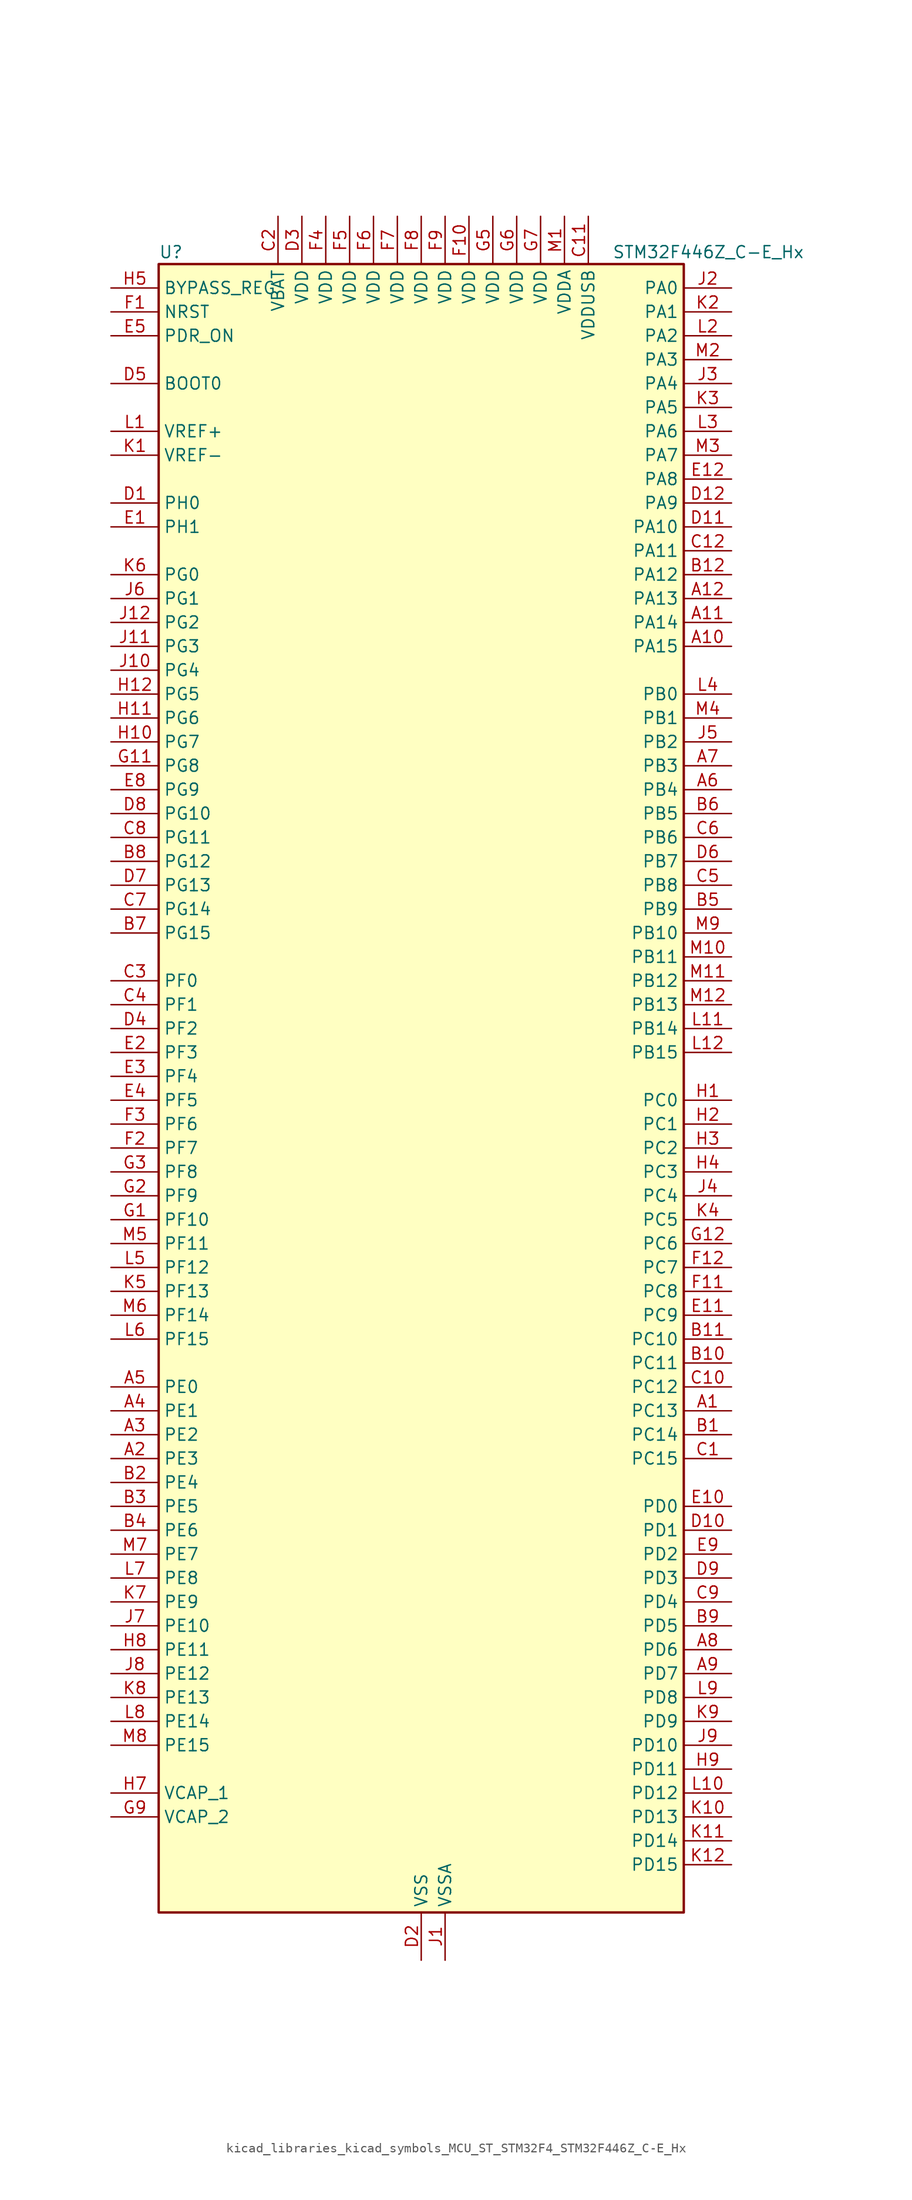
<source format=kicad_sym>
(kicad_symbol_lib
  (version 20220914)
  (generator kicad_symbol_editor)
  (symbol "kicad_libraries_kicad_symbols_MCU_ST_STM32F4_STM32F446Z_C-E_Hx"
    (property "Reference" "U"
      (at -27.94 90.17 0)
      (effects (font (size 1.27 1.27)) (justify left)))
    (property "Value" "STM32F446Z_C-E_Hx"
      (at 20.32 90.17 0)
      (effects (font (size 1.27 1.27)) (justify left)))
    (property "ki_locked" ""
      (at 0 0 0)
      (effects (font (size 1.27 1.27))))
    (symbol "kicad_libraries_kicad_symbols_MCU_ST_STM32F4_STM32F446Z_C-E_Hx_0_1"
      (rectangle (start -27.94 -86.36) (end 27.94 88.9) (stroke (width 0.254) (type default)) (fill (type background))))
    (symbol "kicad_libraries_kicad_symbols_MCU_ST_STM32F4_STM32F446Z_C-E_Hx_1_1"
      (pin bidirectional line (at 33.02 -33.02 180) (length 5.08) (name "PC13" (effects (font (size 1.27 1.27)))) (number "A1" (effects (font (size 1.27 1.27)))) (alternate "RTC_AF1" bidirectional line) (alternate "SYS_WKUP1" bidirectional line))
      (pin bidirectional line (at 33.02 48.26 180) (length 5.08) (name "PA15" (effects (font (size 1.27 1.27)))) (number "A10" (effects (font (size 1.27 1.27)))) (alternate "ADC1_EXTI15" bidirectional line) (alternate "ADC2_EXTI15" bidirectional line) (alternate "ADC3_EXTI15" bidirectional line) (alternate "CEC" bidirectional line) (alternate "I2S1_WS" bidirectional line) (alternate "I2S3_WS" bidirectional line) (alternate "SPI1_NSS" bidirectional line) (alternate "SPI3_NSS" bidirectional line) (alternate "SYS_JTDI" bidirectional line) (alternate "TIM2_CH1" bidirectional line) (alternate "TIM2_ETR" bidirectional line) (alternate "UART4_RTS" bidirectional line))
      (pin bidirectional line (at 33.02 50.8 180) (length 5.08) (name "PA14" (effects (font (size 1.27 1.27)))) (number "A11" (effects (font (size 1.27 1.27)))) (alternate "SYS_JTCK-SWCLK" bidirectional line))
      (pin bidirectional line (at 33.02 53.34 180) (length 5.08) (name "PA13" (effects (font (size 1.27 1.27)))) (number "A12" (effects (font (size 1.27 1.27)))) (alternate "SYS_JTMS-SWDIO" bidirectional line))
      (pin bidirectional line (at -33.02 -38.1 0) (length 5.08) (name "PE3" (effects (font (size 1.27 1.27)))) (number "A2" (effects (font (size 1.27 1.27)))) (alternate "FMC_A19" bidirectional line) (alternate "SAI1_SD_B" bidirectional line) (alternate "SYS_TRACED0" bidirectional line))
      (pin bidirectional line (at -33.02 -35.56 0) (length 5.08) (name "PE2" (effects (font (size 1.27 1.27)))) (number "A3" (effects (font (size 1.27 1.27)))) (alternate "FMC_A23" bidirectional line) (alternate "QUADSPI_BK1_IO2" bidirectional line) (alternate "SAI1_MCLK_A" bidirectional line) (alternate "SPI4_SCK" bidirectional line) (alternate "SYS_TRACECLK" bidirectional line))
      (pin bidirectional line (at -33.02 -33.02 0) (length 5.08) (name "PE1" (effects (font (size 1.27 1.27)))) (number "A4" (effects (font (size 1.27 1.27)))) (alternate "DCMI_D3" bidirectional line) (alternate "FMC_NBL1" bidirectional line))
      (pin bidirectional line (at -33.02 -30.48 0) (length 5.08) (name "PE0" (effects (font (size 1.27 1.27)))) (number "A5" (effects (font (size 1.27 1.27)))) (alternate "DCMI_D2" bidirectional line) (alternate "FMC_NBL0" bidirectional line) (alternate "SAI2_MCLK_A" bidirectional line) (alternate "TIM4_ETR" bidirectional line))
      (pin bidirectional line (at 33.02 33.02 180) (length 5.08) (name "PB4" (effects (font (size 1.27 1.27)))) (number "A6" (effects (font (size 1.27 1.27)))) (alternate "I2C3_SDA" bidirectional line) (alternate "I2S2_WS" bidirectional line) (alternate "SPI1_MISO" bidirectional line) (alternate "SPI2_NSS" bidirectional line) (alternate "SPI3_MISO" bidirectional line) (alternate "SYS_JTRST" bidirectional line) (alternate "TIM3_CH1" bidirectional line))
      (pin bidirectional line (at 33.02 35.56 180) (length 5.08) (name "PB3" (effects (font (size 1.27 1.27)))) (number "A7" (effects (font (size 1.27 1.27)))) (alternate "I2C2_SDA" bidirectional line) (alternate "I2S1_CK" bidirectional line) (alternate "I2S3_CK" bidirectional line) (alternate "SPI1_SCK" bidirectional line) (alternate "SPI3_SCK" bidirectional line) (alternate "SYS_JTDO-SWO" bidirectional line) (alternate "TIM2_CH2" bidirectional line))
      (pin bidirectional line (at 33.02 -58.42 180) (length 5.08) (name "PD6" (effects (font (size 1.27 1.27)))) (number "A8" (effects (font (size 1.27 1.27)))) (alternate "DCMI_D10" bidirectional line) (alternate "FMC_NWAIT" bidirectional line) (alternate "I2S3_SD" bidirectional line) (alternate "SAI1_SD_A" bidirectional line) (alternate "SPI3_MOSI" bidirectional line) (alternate "USART2_RX" bidirectional line))
      (pin bidirectional line (at 33.02 -60.96 180) (length 5.08) (name "PD7" (effects (font (size 1.27 1.27)))) (number "A9" (effects (font (size 1.27 1.27)))) (alternate "FMC_NE1" bidirectional line) (alternate "SPDIFRX_IN0" bidirectional line) (alternate "USART2_CK" bidirectional line))
      (pin bidirectional line (at 33.02 -35.56 180) (length 5.08) (name "PC14" (effects (font (size 1.27 1.27)))) (number "B1" (effects (font (size 1.27 1.27)))) (alternate "RCC_OSC32_IN" bidirectional line))
      (pin bidirectional line (at 33.02 -27.94 180) (length 5.08) (name "PC11" (effects (font (size 1.27 1.27)))) (number "B10" (effects (font (size 1.27 1.27)))) (alternate "ADC1_EXTI11" bidirectional line) (alternate "ADC2_EXTI11" bidirectional line) (alternate "ADC3_EXTI11" bidirectional line) (alternate "DCMI_D4" bidirectional line) (alternate "QUADSPI_BK2_NCS" bidirectional line) (alternate "SDIO_D3" bidirectional line) (alternate "SPI3_MISO" bidirectional line) (alternate "UART4_RX" bidirectional line) (alternate "USART3_RX" bidirectional line))
      (pin bidirectional line (at 33.02 -25.4 180) (length 5.08) (name "PC10" (effects (font (size 1.27 1.27)))) (number "B11" (effects (font (size 1.27 1.27)))) (alternate "DCMI_D8" bidirectional line) (alternate "I2S3_CK" bidirectional line) (alternate "QUADSPI_BK1_IO1" bidirectional line) (alternate "SDIO_D2" bidirectional line) (alternate "SPI3_SCK" bidirectional line) (alternate "UART4_TX" bidirectional line) (alternate "USART3_TX" bidirectional line))
      (pin bidirectional line (at 33.02 55.88 180) (length 5.08) (name "PA12" (effects (font (size 1.27 1.27)))) (number "B12" (effects (font (size 1.27 1.27)))) (alternate "CAN1_TX" bidirectional line) (alternate "SAI2_FS_B" bidirectional line) (alternate "TIM1_ETR" bidirectional line) (alternate "USART1_RTS" bidirectional line) (alternate "USB_OTG_FS_DP" bidirectional line))
      (pin bidirectional line (at -33.02 -40.64 0) (length 5.08) (name "PE4" (effects (font (size 1.27 1.27)))) (number "B2" (effects (font (size 1.27 1.27)))) (alternate "DCMI_D4" bidirectional line) (alternate "FMC_A20" bidirectional line) (alternate "SAI1_FS_A" bidirectional line) (alternate "SPI4_NSS" bidirectional line) (alternate "SYS_TRACED1" bidirectional line))
      (pin bidirectional line (at -33.02 -43.18 0) (length 5.08) (name "PE5" (effects (font (size 1.27 1.27)))) (number "B3" (effects (font (size 1.27 1.27)))) (alternate "DCMI_D6" bidirectional line) (alternate "FMC_A21" bidirectional line) (alternate "SAI1_SCK_A" bidirectional line) (alternate "SPI4_MISO" bidirectional line) (alternate "SYS_TRACED2" bidirectional line) (alternate "TIM9_CH1" bidirectional line))
      (pin bidirectional line (at -33.02 -45.72 0) (length 5.08) (name "PE6" (effects (font (size 1.27 1.27)))) (number "B4" (effects (font (size 1.27 1.27)))) (alternate "DCMI_D7" bidirectional line) (alternate "FMC_A22" bidirectional line) (alternate "SAI1_SD_A" bidirectional line) (alternate "SPI4_MOSI" bidirectional line) (alternate "SYS_TRACED3" bidirectional line) (alternate "TIM9_CH2" bidirectional line))
      (pin bidirectional line (at 33.02 20.32 180) (length 5.08) (name "PB9" (effects (font (size 1.27 1.27)))) (number "B5" (effects (font (size 1.27 1.27)))) (alternate "CAN1_TX" bidirectional line) (alternate "DAC_EXTI9" bidirectional line) (alternate "DCMI_D7" bidirectional line) (alternate "I2C1_SDA" bidirectional line) (alternate "I2S2_WS" bidirectional line) (alternate "SAI1_FS_B" bidirectional line) (alternate "SDIO_D5" bidirectional line) (alternate "SPI2_NSS" bidirectional line) (alternate "TIM11_CH1" bidirectional line) (alternate "TIM2_CH2" bidirectional line) (alternate "TIM4_CH4" bidirectional line))
      (pin bidirectional line (at 33.02 30.48 180) (length 5.08) (name "PB5" (effects (font (size 1.27 1.27)))) (number "B6" (effects (font (size 1.27 1.27)))) (alternate "CAN2_RX" bidirectional line) (alternate "DCMI_D10" bidirectional line) (alternate "FMC_SDCKE1" bidirectional line) (alternate "I2C1_SMBA" bidirectional line) (alternate "I2S1_SD" bidirectional line) (alternate "I2S3_SD" bidirectional line) (alternate "SPI1_MOSI" bidirectional line) (alternate "SPI3_MOSI" bidirectional line) (alternate "TIM3_CH2" bidirectional line) (alternate "USB_OTG_HS_ULPI_D7" bidirectional line))
      (pin bidirectional line (at -33.02 17.78 0) (length 5.08) (name "PG15" (effects (font (size 1.27 1.27)))) (number "B7" (effects (font (size 1.27 1.27)))) (alternate "ADC1_EXTI15" bidirectional line) (alternate "ADC2_EXTI15" bidirectional line) (alternate "ADC3_EXTI15" bidirectional line) (alternate "DCMI_D13" bidirectional line) (alternate "FMC_SDNCAS" bidirectional line) (alternate "USART6_CTS" bidirectional line))
      (pin bidirectional line (at -33.02 25.4 0) (length 5.08) (name "PG12" (effects (font (size 1.27 1.27)))) (number "B8" (effects (font (size 1.27 1.27)))) (alternate "FMC_NE4" bidirectional line) (alternate "SPDIFRX_IN1" bidirectional line) (alternate "SPI4_MISO" bidirectional line) (alternate "USART6_RTS" bidirectional line))
      (pin bidirectional line (at 33.02 -55.88 180) (length 5.08) (name "PD5" (effects (font (size 1.27 1.27)))) (number "B9" (effects (font (size 1.27 1.27)))) (alternate "FMC_NWE" bidirectional line) (alternate "USART2_TX" bidirectional line))
      (pin bidirectional line (at 33.02 -38.1 180) (length 5.08) (name "PC15" (effects (font (size 1.27 1.27)))) (number "C1" (effects (font (size 1.27 1.27)))) (alternate "ADC1_EXTI15" bidirectional line) (alternate "ADC2_EXTI15" bidirectional line) (alternate "ADC3_EXTI15" bidirectional line) (alternate "RCC_OSC32_OUT" bidirectional line))
      (pin bidirectional line (at 33.02 -30.48 180) (length 5.08) (name "PC12" (effects (font (size 1.27 1.27)))) (number "C10" (effects (font (size 1.27 1.27)))) (alternate "DCMI_D9" bidirectional line) (alternate "I2C2_SDA" bidirectional line) (alternate "I2S3_SD" bidirectional line) (alternate "SDIO_CK" bidirectional line) (alternate "SPI3_MOSI" bidirectional line) (alternate "UART5_TX" bidirectional line) (alternate "USART3_CK" bidirectional line))
      (pin power_in line (at 17.78 93.98 270) (length 5.08) (name "VDDUSB" (effects (font (size 1.27 1.27)))) (number "C11" (effects (font (size 1.27 1.27)))))
      (pin bidirectional line (at 33.02 58.42 180) (length 5.08) (name "PA11" (effects (font (size 1.27 1.27)))) (number "C12" (effects (font (size 1.27 1.27)))) (alternate "ADC1_EXTI11" bidirectional line) (alternate "ADC2_EXTI11" bidirectional line) (alternate "ADC3_EXTI11" bidirectional line) (alternate "CAN1_RX" bidirectional line) (alternate "TIM1_CH4" bidirectional line) (alternate "USART1_CTS" bidirectional line) (alternate "USB_OTG_FS_DM" bidirectional line))
      (pin power_in line (at -15.24 93.98 270) (length 5.08) (name "VBAT" (effects (font (size 1.27 1.27)))) (number "C2" (effects (font (size 1.27 1.27)))))
      (pin bidirectional line (at -33.02 12.7 0) (length 5.08) (name "PF0" (effects (font (size 1.27 1.27)))) (number "C3" (effects (font (size 1.27 1.27)))) (alternate "FMC_A0" bidirectional line) (alternate "I2C2_SDA" bidirectional line))
      (pin bidirectional line (at -33.02 10.16 0) (length 5.08) (name "PF1" (effects (font (size 1.27 1.27)))) (number "C4" (effects (font (size 1.27 1.27)))) (alternate "FMC_A1" bidirectional line) (alternate "I2C2_SCL" bidirectional line))
      (pin bidirectional line (at 33.02 22.86 180) (length 5.08) (name "PB8" (effects (font (size 1.27 1.27)))) (number "C5" (effects (font (size 1.27 1.27)))) (alternate "CAN1_RX" bidirectional line) (alternate "DCMI_D6" bidirectional line) (alternate "I2C1_SCL" bidirectional line) (alternate "SDIO_D4" bidirectional line) (alternate "TIM10_CH1" bidirectional line) (alternate "TIM2_CH1" bidirectional line) (alternate "TIM2_ETR" bidirectional line) (alternate "TIM4_CH3" bidirectional line))
      (pin bidirectional line (at 33.02 27.94 180) (length 5.08) (name "PB6" (effects (font (size 1.27 1.27)))) (number "C6" (effects (font (size 1.27 1.27)))) (alternate "CAN2_TX" bidirectional line) (alternate "CEC" bidirectional line) (alternate "DCMI_D5" bidirectional line) (alternate "FMC_SDNE1" bidirectional line) (alternate "I2C1_SCL" bidirectional line) (alternate "QUADSPI_BK1_NCS" bidirectional line) (alternate "TIM4_CH1" bidirectional line) (alternate "USART1_TX" bidirectional line))
      (pin bidirectional line (at -33.02 20.32 0) (length 5.08) (name "PG14" (effects (font (size 1.27 1.27)))) (number "C7" (effects (font (size 1.27 1.27)))) (alternate "FMC_A25" bidirectional line) (alternate "QUADSPI_BK2_IO3" bidirectional line) (alternate "SPI4_NSS" bidirectional line) (alternate "SYS_TRACED3" bidirectional line) (alternate "USART6_TX" bidirectional line))
      (pin bidirectional line (at -33.02 27.94 0) (length 5.08) (name "PG11" (effects (font (size 1.27 1.27)))) (number "C8" (effects (font (size 1.27 1.27)))) (alternate "ADC1_EXTI11" bidirectional line) (alternate "ADC2_EXTI11" bidirectional line) (alternate "ADC3_EXTI11" bidirectional line) (alternate "DCMI_D3" bidirectional line) (alternate "SPDIFRX_IN0" bidirectional line) (alternate "SPI4_SCK" bidirectional line))
      (pin bidirectional line (at 33.02 -53.34 180) (length 5.08) (name "PD4" (effects (font (size 1.27 1.27)))) (number "C9" (effects (font (size 1.27 1.27)))) (alternate "FMC_NOE" bidirectional line) (alternate "USART2_RTS" bidirectional line))
      (pin bidirectional line (at -33.02 63.5 0) (length 5.08) (name "PH0" (effects (font (size 1.27 1.27)))) (number "D1" (effects (font (size 1.27 1.27)))) (alternate "RCC_OSC_IN" bidirectional line))
      (pin bidirectional line (at 33.02 -45.72 180) (length 5.08) (name "PD1" (effects (font (size 1.27 1.27)))) (number "D10" (effects (font (size 1.27 1.27)))) (alternate "CAN1_TX" bidirectional line) (alternate "FMC_D3" bidirectional line) (alternate "FMC_DA3" bidirectional line) (alternate "I2S2_WS" bidirectional line) (alternate "SPI2_NSS" bidirectional line))
      (pin bidirectional line (at 33.02 60.96 180) (length 5.08) (name "PA10" (effects (font (size 1.27 1.27)))) (number "D11" (effects (font (size 1.27 1.27)))) (alternate "DCMI_D1" bidirectional line) (alternate "TIM1_CH3" bidirectional line) (alternate "USART1_RX" bidirectional line) (alternate "USB_OTG_FS_ID" bidirectional line))
      (pin bidirectional line (at 33.02 63.5 180) (length 5.08) (name "PA9" (effects (font (size 1.27 1.27)))) (number "D12" (effects (font (size 1.27 1.27)))) (alternate "DAC_EXTI9" bidirectional line) (alternate "DCMI_D0" bidirectional line) (alternate "I2C3_SMBA" bidirectional line) (alternate "I2S2_CK" bidirectional line) (alternate "SAI1_SD_B" bidirectional line) (alternate "SPI2_SCK" bidirectional line) (alternate "TIM1_CH2" bidirectional line) (alternate "USART1_TX" bidirectional line) (alternate "USB_OTG_FS_VBUS" bidirectional line))
      (pin power_in line (at 0 -91.44 90) (length 5.08) (name "VSS" (effects (font (size 1.27 1.27)))) (number "D2" (effects (font (size 1.27 1.27)))))
      (pin power_in line (at -12.7 93.98 270) (length 5.08) (name "VDD" (effects (font (size 1.27 1.27)))) (number "D3" (effects (font (size 1.27 1.27)))))
      (pin bidirectional line (at -33.02 7.62 0) (length 5.08) (name "PF2" (effects (font (size 1.27 1.27)))) (number "D4" (effects (font (size 1.27 1.27)))) (alternate "FMC_A2" bidirectional line) (alternate "I2C2_SMBA" bidirectional line))
      (pin input line (at -33.02 76.2 0) (length 5.08) (name "BOOT0" (effects (font (size 1.27 1.27)))) (number "D5" (effects (font (size 1.27 1.27)))))
      (pin bidirectional line (at 33.02 25.4 180) (length 5.08) (name "PB7" (effects (font (size 1.27 1.27)))) (number "D6" (effects (font (size 1.27 1.27)))) (alternate "DCMI_VSYNC" bidirectional line) (alternate "FMC_NL" bidirectional line) (alternate "I2C1_SDA" bidirectional line) (alternate "SPDIFRX_IN0" bidirectional line) (alternate "TIM4_CH2" bidirectional line) (alternate "USART1_RX" bidirectional line))
      (pin bidirectional line (at -33.02 22.86 0) (length 5.08) (name "PG13" (effects (font (size 1.27 1.27)))) (number "D7" (effects (font (size 1.27 1.27)))) (alternate "FMC_A24" bidirectional line) (alternate "SPI4_MOSI" bidirectional line) (alternate "SYS_TRACED2" bidirectional line) (alternate "USART6_CTS" bidirectional line))
      (pin bidirectional line (at -33.02 30.48 0) (length 5.08) (name "PG10" (effects (font (size 1.27 1.27)))) (number "D8" (effects (font (size 1.27 1.27)))) (alternate "DCMI_D2" bidirectional line) (alternate "FMC_NE3" bidirectional line) (alternate "SAI2_SD_B" bidirectional line))
      (pin bidirectional line (at 33.02 -50.8 180) (length 5.08) (name "PD3" (effects (font (size 1.27 1.27)))) (number "D9" (effects (font (size 1.27 1.27)))) (alternate "DCMI_D5" bidirectional line) (alternate "FMC_CLK" bidirectional line) (alternate "I2S2_CK" bidirectional line) (alternate "QUADSPI_CLK" bidirectional line) (alternate "SPI2_SCK" bidirectional line) (alternate "SYS_TRACED1" bidirectional line) (alternate "USART2_CTS" bidirectional line))
      (pin bidirectional line (at -33.02 60.96 0) (length 5.08) (name "PH1" (effects (font (size 1.27 1.27)))) (number "E1" (effects (font (size 1.27 1.27)))) (alternate "RCC_OSC_OUT" bidirectional line))
      (pin bidirectional line (at 33.02 -43.18 180) (length 5.08) (name "PD0" (effects (font (size 1.27 1.27)))) (number "E10" (effects (font (size 1.27 1.27)))) (alternate "CAN1_RX" bidirectional line) (alternate "FMC_D2" bidirectional line) (alternate "FMC_DA2" bidirectional line) (alternate "I2S3_SD" bidirectional line) (alternate "SPI3_MOSI" bidirectional line) (alternate "SPI4_MISO" bidirectional line))
      (pin bidirectional line (at 33.02 -22.86 180) (length 5.08) (name "PC9" (effects (font (size 1.27 1.27)))) (number "E11" (effects (font (size 1.27 1.27)))) (alternate "DAC_EXTI9" bidirectional line) (alternate "DCMI_D3" bidirectional line) (alternate "I2C3_SDA" bidirectional line) (alternate "I2S_CKIN" bidirectional line) (alternate "QUADSPI_BK1_IO0" bidirectional line) (alternate "RCC_MCO_2" bidirectional line) (alternate "SDIO_D1" bidirectional line) (alternate "TIM3_CH4" bidirectional line) (alternate "TIM8_CH4" bidirectional line) (alternate "UART5_CTS" bidirectional line))
      (pin bidirectional line (at 33.02 66.04 180) (length 5.08) (name "PA8" (effects (font (size 1.27 1.27)))) (number "E12" (effects (font (size 1.27 1.27)))) (alternate "I2C3_SCL" bidirectional line) (alternate "RCC_MCO_1" bidirectional line) (alternate "TIM1_CH1" bidirectional line) (alternate "USART1_CK" bidirectional line) (alternate "USB_OTG_FS_SOF" bidirectional line))
      (pin bidirectional line (at -33.02 5.08 0) (length 5.08) (name "PF3" (effects (font (size 1.27 1.27)))) (number "E2" (effects (font (size 1.27 1.27)))) (alternate "ADC3_IN9" bidirectional line) (alternate "FMC_A3" bidirectional line))
      (pin bidirectional line (at -33.02 2.54 0) (length 5.08) (name "PF4" (effects (font (size 1.27 1.27)))) (number "E3" (effects (font (size 1.27 1.27)))) (alternate "ADC3_IN14" bidirectional line) (alternate "FMC_A4" bidirectional line))
      (pin bidirectional line (at -33.02 0 0) (length 5.08) (name "PF5" (effects (font (size 1.27 1.27)))) (number "E4" (effects (font (size 1.27 1.27)))) (alternate "ADC3_IN15" bidirectional line) (alternate "FMC_A5" bidirectional line))
      (pin input line (at -33.02 81.28 0) (length 5.08) (name "PDR_ON" (effects (font (size 1.27 1.27)))) (number "E5" (effects (font (size 1.27 1.27)))))
      (pin passive line (at 0 -91.44 90) (length 5.08) hide (name "VSS" (effects (font (size 1.27 1.27)))) (number "E6" (effects (font (size 1.27 1.27)))))
      (pin passive line (at 0 -91.44 90) (length 5.08) hide (name "VSS" (effects (font (size 1.27 1.27)))) (number "E7" (effects (font (size 1.27 1.27)))))
      (pin bidirectional line (at -33.02 33.02 0) (length 5.08) (name "PG9" (effects (font (size 1.27 1.27)))) (number "E8" (effects (font (size 1.27 1.27)))) (alternate "DAC_EXTI9" bidirectional line) (alternate "DCMI_VSYNC" bidirectional line) (alternate "FMC_NCE3" bidirectional line) (alternate "FMC_NE2" bidirectional line) (alternate "QUADSPI_BK2_IO2" bidirectional line) (alternate "SAI2_FS_B" bidirectional line) (alternate "SPDIFRX_IN3" bidirectional line) (alternate "USART6_RX" bidirectional line))
      (pin bidirectional line (at 33.02 -48.26 180) (length 5.08) (name "PD2" (effects (font (size 1.27 1.27)))) (number "E9" (effects (font (size 1.27 1.27)))) (alternate "DCMI_D11" bidirectional line) (alternate "SDIO_CMD" bidirectional line) (alternate "TIM3_ETR" bidirectional line) (alternate "UART5_RX" bidirectional line))
      (pin input line (at -33.02 83.82 0) (length 5.08) (name "NRST" (effects (font (size 1.27 1.27)))) (number "F1" (effects (font (size 1.27 1.27)))))
      (pin power_in line (at 5.08 93.98 270) (length 5.08) (name "VDD" (effects (font (size 1.27 1.27)))) (number "F10" (effects (font (size 1.27 1.27)))))
      (pin bidirectional line (at 33.02 -20.32 180) (length 5.08) (name "PC8" (effects (font (size 1.27 1.27)))) (number "F11" (effects (font (size 1.27 1.27)))) (alternate "DCMI_D2" bidirectional line) (alternate "SDIO_D0" bidirectional line) (alternate "SYS_TRACED0" bidirectional line) (alternate "TIM3_CH3" bidirectional line) (alternate "TIM8_CH3" bidirectional line) (alternate "UART5_RTS" bidirectional line) (alternate "USART6_CK" bidirectional line))
      (pin bidirectional line (at 33.02 -17.78 180) (length 5.08) (name "PC7" (effects (font (size 1.27 1.27)))) (number "F12" (effects (font (size 1.27 1.27)))) (alternate "DCMI_D1" bidirectional line) (alternate "FMPI2C1_SDA" bidirectional line) (alternate "I2S2_CK" bidirectional line) (alternate "I2S3_MCK" bidirectional line) (alternate "SDIO_D7" bidirectional line) (alternate "SPDIFRX_IN1" bidirectional line) (alternate "SPI2_SCK" bidirectional line) (alternate "TIM3_CH2" bidirectional line) (alternate "TIM8_CH2" bidirectional line) (alternate "USART6_RX" bidirectional line))
      (pin bidirectional line (at -33.02 -5.08 0) (length 5.08) (name "PF7" (effects (font (size 1.27 1.27)))) (number "F2" (effects (font (size 1.27 1.27)))) (alternate "ADC3_IN5" bidirectional line) (alternate "QUADSPI_BK1_IO2" bidirectional line) (alternate "SAI1_MCLK_B" bidirectional line) (alternate "TIM11_CH1" bidirectional line))
      (pin bidirectional line (at -33.02 -2.54 0) (length 5.08) (name "PF6" (effects (font (size 1.27 1.27)))) (number "F3" (effects (font (size 1.27 1.27)))) (alternate "ADC3_IN4" bidirectional line) (alternate "QUADSPI_BK1_IO3" bidirectional line) (alternate "SAI1_SD_B" bidirectional line) (alternate "TIM10_CH1" bidirectional line))
      (pin power_in line (at -10.16 93.98 270) (length 5.08) (name "VDD" (effects (font (size 1.27 1.27)))) (number "F4" (effects (font (size 1.27 1.27)))))
      (pin power_in line (at -7.62 93.98 270) (length 5.08) (name "VDD" (effects (font (size 1.27 1.27)))) (number "F5" (effects (font (size 1.27 1.27)))))
      (pin power_in line (at -5.08 93.98 270) (length 5.08) (name "VDD" (effects (font (size 1.27 1.27)))) (number "F6" (effects (font (size 1.27 1.27)))))
      (pin power_in line (at -2.54 93.98 270) (length 5.08) (name "VDD" (effects (font (size 1.27 1.27)))) (number "F7" (effects (font (size 1.27 1.27)))))
      (pin power_in line (at 0 93.98 270) (length 5.08) (name "VDD" (effects (font (size 1.27 1.27)))) (number "F8" (effects (font (size 1.27 1.27)))))
      (pin power_in line (at 2.54 93.98 270) (length 5.08) (name "VDD" (effects (font (size 1.27 1.27)))) (number "F9" (effects (font (size 1.27 1.27)))))
      (pin bidirectional line (at -33.02 -12.7 0) (length 5.08) (name "PF10" (effects (font (size 1.27 1.27)))) (number "G1" (effects (font (size 1.27 1.27)))) (alternate "ADC3_IN8" bidirectional line) (alternate "DCMI_D11" bidirectional line))
      (pin passive line (at 0 -91.44 90) (length 5.08) hide (name "VSS" (effects (font (size 1.27 1.27)))) (number "G10" (effects (font (size 1.27 1.27)))))
      (pin bidirectional line (at -33.02 35.56 0) (length 5.08) (name "PG8" (effects (font (size 1.27 1.27)))) (number "G11" (effects (font (size 1.27 1.27)))) (alternate "FMC_SDCLK" bidirectional line) (alternate "SPDIFRX_IN2" bidirectional line) (alternate "USART6_RTS" bidirectional line))
      (pin bidirectional line (at 33.02 -15.24 180) (length 5.08) (name "PC6" (effects (font (size 1.27 1.27)))) (number "G12" (effects (font (size 1.27 1.27)))) (alternate "DCMI_D0" bidirectional line) (alternate "FMPI2C1_SCL" bidirectional line) (alternate "I2S2_MCK" bidirectional line) (alternate "SDIO_D6" bidirectional line) (alternate "TIM3_CH1" bidirectional line) (alternate "TIM8_CH1" bidirectional line) (alternate "USART6_TX" bidirectional line))
      (pin bidirectional line (at -33.02 -10.16 0) (length 5.08) (name "PF9" (effects (font (size 1.27 1.27)))) (number "G2" (effects (font (size 1.27 1.27)))) (alternate "ADC3_IN7" bidirectional line) (alternate "DAC_EXTI9" bidirectional line) (alternate "QUADSPI_BK1_IO1" bidirectional line) (alternate "SAI1_FS_B" bidirectional line) (alternate "TIM14_CH1" bidirectional line))
      (pin bidirectional line (at -33.02 -7.62 0) (length 5.08) (name "PF8" (effects (font (size 1.27 1.27)))) (number "G3" (effects (font (size 1.27 1.27)))) (alternate "ADC3_IN6" bidirectional line) (alternate "QUADSPI_BK1_IO0" bidirectional line) (alternate "SAI1_SCK_B" bidirectional line) (alternate "TIM13_CH1" bidirectional line))
      (pin passive line (at 0 -91.44 90) (length 5.08) hide (name "VSS" (effects (font (size 1.27 1.27)))) (number "G4" (effects (font (size 1.27 1.27)))))
      (pin power_in line (at 7.62 93.98 270) (length 5.08) (name "VDD" (effects (font (size 1.27 1.27)))) (number "G5" (effects (font (size 1.27 1.27)))))
      (pin power_in line (at 10.16 93.98 270) (length 5.08) (name "VDD" (effects (font (size 1.27 1.27)))) (number "G6" (effects (font (size 1.27 1.27)))))
      (pin power_in line (at 12.7 93.98 270) (length 5.08) (name "VDD" (effects (font (size 1.27 1.27)))) (number "G7" (effects (font (size 1.27 1.27)))))
      (pin passive line (at 0 -91.44 90) (length 5.08) hide (name "VSS" (effects (font (size 1.27 1.27)))) (number "G8" (effects (font (size 1.27 1.27)))))
      (pin power_out line (at -33.02 -76.2 0) (length 5.08) (name "VCAP_2" (effects (font (size 1.27 1.27)))) (number "G9" (effects (font (size 1.27 1.27)))))
      (pin bidirectional line (at 33.02 0 180) (length 5.08) (name "PC0" (effects (font (size 1.27 1.27)))) (number "H1" (effects (font (size 1.27 1.27)))) (alternate "ADC1_IN10" bidirectional line) (alternate "ADC2_IN10" bidirectional line) (alternate "ADC3_IN10" bidirectional line) (alternate "FMC_SDNWE" bidirectional line) (alternate "SAI1_MCLK_B" bidirectional line) (alternate "USB_OTG_HS_ULPI_STP" bidirectional line))
      (pin bidirectional line (at -33.02 38.1 0) (length 5.08) (name "PG7" (effects (font (size 1.27 1.27)))) (number "H10" (effects (font (size 1.27 1.27)))) (alternate "DCMI_D13" bidirectional line) (alternate "FMC_INT3" bidirectional line) (alternate "USART6_CK" bidirectional line))
      (pin bidirectional line (at -33.02 40.64 0) (length 5.08) (name "PG6" (effects (font (size 1.27 1.27)))) (number "H11" (effects (font (size 1.27 1.27)))) (alternate "DCMI_D12" bidirectional line) (alternate "QUADSPI_BK1_NCS" bidirectional line))
      (pin bidirectional line (at -33.02 43.18 0) (length 5.08) (name "PG5" (effects (font (size 1.27 1.27)))) (number "H12" (effects (font (size 1.27 1.27)))) (alternate "FMC_A15" bidirectional line) (alternate "FMC_BA1" bidirectional line))
      (pin bidirectional line (at 33.02 -2.54 180) (length 5.08) (name "PC1" (effects (font (size 1.27 1.27)))) (number "H2" (effects (font (size 1.27 1.27)))) (alternate "ADC1_IN11" bidirectional line) (alternate "ADC2_IN11" bidirectional line) (alternate "ADC3_IN11" bidirectional line) (alternate "I2S2_SD" bidirectional line) (alternate "I2S3_SD" bidirectional line) (alternate "SAI1_SD_A" bidirectional line) (alternate "SPI2_MOSI" bidirectional line) (alternate "SPI3_MOSI" bidirectional line))
      (pin bidirectional line (at 33.02 -5.08 180) (length 5.08) (name "PC2" (effects (font (size 1.27 1.27)))) (number "H3" (effects (font (size 1.27 1.27)))) (alternate "ADC1_IN12" bidirectional line) (alternate "ADC2_IN12" bidirectional line) (alternate "ADC3_IN12" bidirectional line) (alternate "FMC_SDNE0" bidirectional line) (alternate "SPI2_MISO" bidirectional line) (alternate "USB_OTG_HS_ULPI_DIR" bidirectional line))
      (pin bidirectional line (at 33.02 -7.62 180) (length 5.08) (name "PC3" (effects (font (size 1.27 1.27)))) (number "H4" (effects (font (size 1.27 1.27)))) (alternate "ADC1_IN13" bidirectional line) (alternate "ADC2_IN13" bidirectional line) (alternate "ADC3_IN13" bidirectional line) (alternate "FMC_SDCKE0" bidirectional line) (alternate "I2S2_SD" bidirectional line) (alternate "SPI2_MOSI" bidirectional line) (alternate "USB_OTG_HS_ULPI_NXT" bidirectional line))
      (pin input line (at -33.02 86.36 0) (length 5.08) (name "BYPASS_REG" (effects (font (size 1.27 1.27)))) (number "H5" (effects (font (size 1.27 1.27)))))
      (pin passive line (at 0 -91.44 90) (length 5.08) hide (name "VSS" (effects (font (size 1.27 1.27)))) (number "H6" (effects (font (size 1.27 1.27)))))
      (pin power_out line (at -33.02 -73.66 0) (length 5.08) (name "VCAP_1" (effects (font (size 1.27 1.27)))) (number "H7" (effects (font (size 1.27 1.27)))))
      (pin bidirectional line (at -33.02 -58.42 0) (length 5.08) (name "PE11" (effects (font (size 1.27 1.27)))) (number "H8" (effects (font (size 1.27 1.27)))) (alternate "ADC1_EXTI11" bidirectional line) (alternate "ADC2_EXTI11" bidirectional line) (alternate "ADC3_EXTI11" bidirectional line) (alternate "FMC_D8" bidirectional line) (alternate "FMC_DA8" bidirectional line) (alternate "SAI2_SD_B" bidirectional line) (alternate "SPI4_NSS" bidirectional line) (alternate "TIM1_CH2" bidirectional line))
      (pin bidirectional line (at 33.02 -71.12 180) (length 5.08) (name "PD11" (effects (font (size 1.27 1.27)))) (number "H9" (effects (font (size 1.27 1.27)))) (alternate "ADC1_EXTI11" bidirectional line) (alternate "ADC2_EXTI11" bidirectional line) (alternate "ADC3_EXTI11" bidirectional line) (alternate "FMC_A16" bidirectional line) (alternate "FMC_CLE" bidirectional line) (alternate "FMPI2C1_SMBA" bidirectional line) (alternate "QUADSPI_BK1_IO0" bidirectional line) (alternate "SAI2_SD_A" bidirectional line) (alternate "USART3_CTS" bidirectional line))
      (pin power_in line (at 2.54 -91.44 90) (length 5.08) (name "VSSA" (effects (font (size 1.27 1.27)))) (number "J1" (effects (font (size 1.27 1.27)))))
      (pin bidirectional line (at -33.02 45.72 0) (length 5.08) (name "PG4" (effects (font (size 1.27 1.27)))) (number "J10" (effects (font (size 1.27 1.27)))) (alternate "FMC_A14" bidirectional line) (alternate "FMC_BA0" bidirectional line))
      (pin bidirectional line (at -33.02 48.26 0) (length 5.08) (name "PG3" (effects (font (size 1.27 1.27)))) (number "J11" (effects (font (size 1.27 1.27)))) (alternate "FMC_A13" bidirectional line))
      (pin bidirectional line (at -33.02 50.8 0) (length 5.08) (name "PG2" (effects (font (size 1.27 1.27)))) (number "J12" (effects (font (size 1.27 1.27)))) (alternate "FMC_A12" bidirectional line))
      (pin bidirectional line (at 33.02 86.36 180) (length 5.08) (name "PA0" (effects (font (size 1.27 1.27)))) (number "J2" (effects (font (size 1.27 1.27)))) (alternate "ADC1_IN0" bidirectional line) (alternate "ADC2_IN0" bidirectional line) (alternate "ADC3_IN0" bidirectional line) (alternate "RTC_AF2" bidirectional line) (alternate "SYS_WKUP0" bidirectional line) (alternate "TIM2_CH1" bidirectional line) (alternate "TIM2_ETR" bidirectional line) (alternate "TIM5_CH1" bidirectional line) (alternate "TIM8_ETR" bidirectional line) (alternate "UART4_TX" bidirectional line) (alternate "USART2_CTS" bidirectional line))
      (pin bidirectional line (at 33.02 76.2 180) (length 5.08) (name "PA4" (effects (font (size 1.27 1.27)))) (number "J3" (effects (font (size 1.27 1.27)))) (alternate "ADC1_IN4" bidirectional line) (alternate "ADC2_IN4" bidirectional line) (alternate "DAC_OUT1" bidirectional line) (alternate "DCMI_HSYNC" bidirectional line) (alternate "I2S1_WS" bidirectional line) (alternate "I2S3_WS" bidirectional line) (alternate "SPI1_NSS" bidirectional line) (alternate "SPI3_NSS" bidirectional line) (alternate "USART2_CK" bidirectional line) (alternate "USB_OTG_HS_SOF" bidirectional line))
      (pin bidirectional line (at 33.02 -10.16 180) (length 5.08) (name "PC4" (effects (font (size 1.27 1.27)))) (number "J4" (effects (font (size 1.27 1.27)))) (alternate "ADC1_IN14" bidirectional line) (alternate "ADC2_IN14" bidirectional line) (alternate "FMC_SDNE0" bidirectional line) (alternate "I2S1_MCK" bidirectional line) (alternate "SPDIFRX_IN2" bidirectional line))
      (pin bidirectional line (at 33.02 38.1 180) (length 5.08) (name "PB2" (effects (font (size 1.27 1.27)))) (number "J5" (effects (font (size 1.27 1.27)))) (alternate "I2S3_SD" bidirectional line) (alternate "QUADSPI_CLK" bidirectional line) (alternate "SAI1_SD_A" bidirectional line) (alternate "SDIO_CK" bidirectional line) (alternate "SPI3_MOSI" bidirectional line) (alternate "TIM2_CH4" bidirectional line) (alternate "USB_OTG_HS_ULPI_D4" bidirectional line))
      (pin bidirectional line (at -33.02 53.34 0) (length 5.08) (name "PG1" (effects (font (size 1.27 1.27)))) (number "J6" (effects (font (size 1.27 1.27)))) (alternate "FMC_A11" bidirectional line))
      (pin bidirectional line (at -33.02 -55.88 0) (length 5.08) (name "PE10" (effects (font (size 1.27 1.27)))) (number "J7" (effects (font (size 1.27 1.27)))) (alternate "FMC_D7" bidirectional line) (alternate "FMC_DA7" bidirectional line) (alternate "QUADSPI_BK2_IO3" bidirectional line) (alternate "TIM1_CH2N" bidirectional line))
      (pin bidirectional line (at -33.02 -60.96 0) (length 5.08) (name "PE12" (effects (font (size 1.27 1.27)))) (number "J8" (effects (font (size 1.27 1.27)))) (alternate "FMC_D9" bidirectional line) (alternate "FMC_DA9" bidirectional line) (alternate "SAI2_SCK_B" bidirectional line) (alternate "SPI4_SCK" bidirectional line) (alternate "TIM1_CH3N" bidirectional line))
      (pin bidirectional line (at 33.02 -68.58 180) (length 5.08) (name "PD10" (effects (font (size 1.27 1.27)))) (number "J9" (effects (font (size 1.27 1.27)))) (alternate "FMC_D15" bidirectional line) (alternate "FMC_DA15" bidirectional line) (alternate "USART3_CK" bidirectional line))
      (pin input line (at -33.02 68.58 0) (length 5.08) (name "VREF-" (effects (font (size 1.27 1.27)))) (number "K1" (effects (font (size 1.27 1.27)))))
      (pin bidirectional line (at 33.02 -76.2 180) (length 5.08) (name "PD13" (effects (font (size 1.27 1.27)))) (number "K10" (effects (font (size 1.27 1.27)))) (alternate "FMC_A18" bidirectional line) (alternate "FMPI2C1_SDA" bidirectional line) (alternate "QUADSPI_BK1_IO3" bidirectional line) (alternate "SAI2_SCK_A" bidirectional line) (alternate "TIM4_CH2" bidirectional line))
      (pin bidirectional line (at 33.02 -78.74 180) (length 5.08) (name "PD14" (effects (font (size 1.27 1.27)))) (number "K11" (effects (font (size 1.27 1.27)))) (alternate "FMC_D0" bidirectional line) (alternate "FMC_DA0" bidirectional line) (alternate "FMPI2C1_SCL" bidirectional line) (alternate "SAI2_SCK_A" bidirectional line) (alternate "TIM4_CH3" bidirectional line))
      (pin bidirectional line (at 33.02 -81.28 180) (length 5.08) (name "PD15" (effects (font (size 1.27 1.27)))) (number "K12" (effects (font (size 1.27 1.27)))) (alternate "ADC1_EXTI15" bidirectional line) (alternate "ADC2_EXTI15" bidirectional line) (alternate "ADC3_EXTI15" bidirectional line) (alternate "FMC_D1" bidirectional line) (alternate "FMC_DA1" bidirectional line) (alternate "FMPI2C1_SDA" bidirectional line) (alternate "TIM4_CH4" bidirectional line))
      (pin bidirectional line (at 33.02 83.82 180) (length 5.08) (name "PA1" (effects (font (size 1.27 1.27)))) (number "K2" (effects (font (size 1.27 1.27)))) (alternate "ADC1_IN1" bidirectional line) (alternate "ADC2_IN1" bidirectional line) (alternate "ADC3_IN1" bidirectional line) (alternate "QUADSPI_BK1_IO3" bidirectional line) (alternate "SAI2_MCLK_B" bidirectional line) (alternate "TIM2_CH2" bidirectional line) (alternate "TIM5_CH2" bidirectional line) (alternate "UART4_RX" bidirectional line) (alternate "USART2_RTS" bidirectional line))
      (pin bidirectional line (at 33.02 73.66 180) (length 5.08) (name "PA5" (effects (font (size 1.27 1.27)))) (number "K3" (effects (font (size 1.27 1.27)))) (alternate "ADC1_IN5" bidirectional line) (alternate "ADC2_IN5" bidirectional line) (alternate "DAC_OUT2" bidirectional line) (alternate "I2S1_CK" bidirectional line) (alternate "SPI1_SCK" bidirectional line) (alternate "TIM2_CH1" bidirectional line) (alternate "TIM2_ETR" bidirectional line) (alternate "TIM8_CH1N" bidirectional line) (alternate "USB_OTG_HS_ULPI_CK" bidirectional line))
      (pin bidirectional line (at 33.02 -12.7 180) (length 5.08) (name "PC5" (effects (font (size 1.27 1.27)))) (number "K4" (effects (font (size 1.27 1.27)))) (alternate "ADC1_IN15" bidirectional line) (alternate "ADC2_IN15" bidirectional line) (alternate "FMC_SDCKE0" bidirectional line) (alternate "SPDIFRX_IN3" bidirectional line) (alternate "USART3_RX" bidirectional line))
      (pin bidirectional line (at -33.02 -20.32 0) (length 5.08) (name "PF13" (effects (font (size 1.27 1.27)))) (number "K5" (effects (font (size 1.27 1.27)))) (alternate "FMC_A7" bidirectional line) (alternate "FMPI2C1_SMBA" bidirectional line))
      (pin bidirectional line (at -33.02 55.88 0) (length 5.08) (name "PG0" (effects (font (size 1.27 1.27)))) (number "K6" (effects (font (size 1.27 1.27)))) (alternate "FMC_A10" bidirectional line))
      (pin bidirectional line (at -33.02 -53.34 0) (length 5.08) (name "PE9" (effects (font (size 1.27 1.27)))) (number "K7" (effects (font (size 1.27 1.27)))) (alternate "DAC_EXTI9" bidirectional line) (alternate "FMC_D6" bidirectional line) (alternate "FMC_DA6" bidirectional line) (alternate "QUADSPI_BK2_IO2" bidirectional line) (alternate "TIM1_CH1" bidirectional line))
      (pin bidirectional line (at -33.02 -63.5 0) (length 5.08) (name "PE13" (effects (font (size 1.27 1.27)))) (number "K8" (effects (font (size 1.27 1.27)))) (alternate "FMC_D10" bidirectional line) (alternate "FMC_DA10" bidirectional line) (alternate "SAI2_FS_B" bidirectional line) (alternate "SPI4_MISO" bidirectional line) (alternate "TIM1_CH3" bidirectional line))
      (pin bidirectional line (at 33.02 -66.04 180) (length 5.08) (name "PD9" (effects (font (size 1.27 1.27)))) (number "K9" (effects (font (size 1.27 1.27)))) (alternate "DAC_EXTI9" bidirectional line) (alternate "FMC_D14" bidirectional line) (alternate "FMC_DA14" bidirectional line) (alternate "USART3_RX" bidirectional line))
      (pin input line (at -33.02 71.12 0) (length 5.08) (name "VREF+" (effects (font (size 1.27 1.27)))) (number "L1" (effects (font (size 1.27 1.27)))))
      (pin bidirectional line (at 33.02 -73.66 180) (length 5.08) (name "PD12" (effects (font (size 1.27 1.27)))) (number "L10" (effects (font (size 1.27 1.27)))) (alternate "FMC_A17" bidirectional line) (alternate "FMC_ALE" bidirectional line) (alternate "FMPI2C1_SCL" bidirectional line) (alternate "QUADSPI_BK1_IO1" bidirectional line) (alternate "SAI2_FS_A" bidirectional line) (alternate "TIM4_CH1" bidirectional line) (alternate "USART3_RTS" bidirectional line))
      (pin bidirectional line (at 33.02 7.62 180) (length 5.08) (name "PB14" (effects (font (size 1.27 1.27)))) (number "L11" (effects (font (size 1.27 1.27)))) (alternate "SPI2_MISO" bidirectional line) (alternate "TIM12_CH1" bidirectional line) (alternate "TIM1_CH2N" bidirectional line) (alternate "TIM8_CH2N" bidirectional line) (alternate "USART3_RTS" bidirectional line) (alternate "USB_OTG_HS_DM" bidirectional line))
      (pin bidirectional line (at 33.02 5.08 180) (length 5.08) (name "PB15" (effects (font (size 1.27 1.27)))) (number "L12" (effects (font (size 1.27 1.27)))) (alternate "ADC1_EXTI15" bidirectional line) (alternate "ADC2_EXTI15" bidirectional line) (alternate "ADC3_EXTI15" bidirectional line) (alternate "I2S2_SD" bidirectional line) (alternate "RTC_REFIN" bidirectional line) (alternate "SPI2_MOSI" bidirectional line) (alternate "TIM12_CH2" bidirectional line) (alternate "TIM1_CH3N" bidirectional line) (alternate "TIM8_CH3N" bidirectional line) (alternate "USB_OTG_HS_DP" bidirectional line))
      (pin bidirectional line (at 33.02 81.28 180) (length 5.08) (name "PA2" (effects (font (size 1.27 1.27)))) (number "L2" (effects (font (size 1.27 1.27)))) (alternate "ADC1_IN2" bidirectional line) (alternate "ADC2_IN2" bidirectional line) (alternate "ADC3_IN2" bidirectional line) (alternate "SAI2_SCK_B" bidirectional line) (alternate "TIM2_CH3" bidirectional line) (alternate "TIM5_CH3" bidirectional line) (alternate "TIM9_CH1" bidirectional line) (alternate "USART2_TX" bidirectional line))
      (pin bidirectional line (at 33.02 71.12 180) (length 5.08) (name "PA6" (effects (font (size 1.27 1.27)))) (number "L3" (effects (font (size 1.27 1.27)))) (alternate "ADC1_IN6" bidirectional line) (alternate "ADC2_IN6" bidirectional line) (alternate "DCMI_PIXCLK" bidirectional line) (alternate "I2S2_MCK" bidirectional line) (alternate "SPI1_MISO" bidirectional line) (alternate "TIM13_CH1" bidirectional line) (alternate "TIM1_BKIN" bidirectional line) (alternate "TIM3_CH1" bidirectional line) (alternate "TIM8_BKIN" bidirectional line))
      (pin bidirectional line (at 33.02 43.18 180) (length 5.08) (name "PB0" (effects (font (size 1.27 1.27)))) (number "L4" (effects (font (size 1.27 1.27)))) (alternate "ADC1_IN8" bidirectional line) (alternate "ADC2_IN8" bidirectional line) (alternate "I2S3_SD" bidirectional line) (alternate "SDIO_D1" bidirectional line) (alternate "SPI3_MOSI" bidirectional line) (alternate "TIM1_CH2N" bidirectional line) (alternate "TIM3_CH3" bidirectional line) (alternate "TIM8_CH2N" bidirectional line) (alternate "UART4_CTS" bidirectional line) (alternate "USB_OTG_HS_ULPI_D1" bidirectional line))
      (pin bidirectional line (at -33.02 -17.78 0) (length 5.08) (name "PF12" (effects (font (size 1.27 1.27)))) (number "L5" (effects (font (size 1.27 1.27)))) (alternate "FMC_A6" bidirectional line))
      (pin bidirectional line (at -33.02 -25.4 0) (length 5.08) (name "PF15" (effects (font (size 1.27 1.27)))) (number "L6" (effects (font (size 1.27 1.27)))) (alternate "ADC1_EXTI15" bidirectional line) (alternate "ADC2_EXTI15" bidirectional line) (alternate "ADC3_EXTI15" bidirectional line) (alternate "FMC_A9" bidirectional line) (alternate "FMPI2C1_SDA" bidirectional line))
      (pin bidirectional line (at -33.02 -50.8 0) (length 5.08) (name "PE8" (effects (font (size 1.27 1.27)))) (number "L7" (effects (font (size 1.27 1.27)))) (alternate "FMC_D5" bidirectional line) (alternate "FMC_DA5" bidirectional line) (alternate "QUADSPI_BK2_IO1" bidirectional line) (alternate "TIM1_CH1N" bidirectional line) (alternate "UART5_TX" bidirectional line))
      (pin bidirectional line (at -33.02 -66.04 0) (length 5.08) (name "PE14" (effects (font (size 1.27 1.27)))) (number "L8" (effects (font (size 1.27 1.27)))) (alternate "FMC_D11" bidirectional line) (alternate "FMC_DA11" bidirectional line) (alternate "SAI2_MCLK_B" bidirectional line) (alternate "SPI4_MOSI" bidirectional line) (alternate "TIM1_CH4" bidirectional line))
      (pin bidirectional line (at 33.02 -63.5 180) (length 5.08) (name "PD8" (effects (font (size 1.27 1.27)))) (number "L9" (effects (font (size 1.27 1.27)))) (alternate "FMC_D13" bidirectional line) (alternate "FMC_DA13" bidirectional line) (alternate "SPDIFRX_IN1" bidirectional line) (alternate "USART3_TX" bidirectional line))
      (pin power_in line (at 15.24 93.98 270) (length 5.08) (name "VDDA" (effects (font (size 1.27 1.27)))) (number "M1" (effects (font (size 1.27 1.27)))))
      (pin bidirectional line (at 33.02 15.24 180) (length 5.08) (name "PB11" (effects (font (size 1.27 1.27)))) (number "M10" (effects (font (size 1.27 1.27)))) (alternate "ADC1_EXTI11" bidirectional line) (alternate "ADC2_EXTI11" bidirectional line) (alternate "ADC3_EXTI11" bidirectional line) (alternate "I2C2_SDA" bidirectional line) (alternate "SAI2_SD_A" bidirectional line) (alternate "TIM2_CH4" bidirectional line) (alternate "USART3_RX" bidirectional line))
      (pin bidirectional line (at 33.02 12.7 180) (length 5.08) (name "PB12" (effects (font (size 1.27 1.27)))) (number "M11" (effects (font (size 1.27 1.27)))) (alternate "CAN2_RX" bidirectional line) (alternate "I2C2_SMBA" bidirectional line) (alternate "I2S2_WS" bidirectional line) (alternate "SAI1_SCK_B" bidirectional line) (alternate "SPI2_NSS" bidirectional line) (alternate "TIM1_BKIN" bidirectional line) (alternate "USART3_CK" bidirectional line) (alternate "USB_OTG_HS_ID" bidirectional line) (alternate "USB_OTG_HS_ULPI_D5" bidirectional line))
      (pin bidirectional line (at 33.02 10.16 180) (length 5.08) (name "PB13" (effects (font (size 1.27 1.27)))) (number "M12" (effects (font (size 1.27 1.27)))) (alternate "CAN2_TX" bidirectional line) (alternate "I2S2_CK" bidirectional line) (alternate "SPI2_SCK" bidirectional line) (alternate "TIM1_CH1N" bidirectional line) (alternate "USART3_CTS" bidirectional line) (alternate "USB_OTG_HS_ULPI_D6" bidirectional line) (alternate "USB_OTG_HS_VBUS" bidirectional line))
      (pin bidirectional line (at 33.02 78.74 180) (length 5.08) (name "PA3" (effects (font (size 1.27 1.27)))) (number "M2" (effects (font (size 1.27 1.27)))) (alternate "ADC1_IN3" bidirectional line) (alternate "ADC2_IN3" bidirectional line) (alternate "ADC3_IN3" bidirectional line) (alternate "SAI1_FS_A" bidirectional line) (alternate "TIM2_CH4" bidirectional line) (alternate "TIM5_CH4" bidirectional line) (alternate "TIM9_CH2" bidirectional line) (alternate "USART2_RX" bidirectional line) (alternate "USB_OTG_HS_ULPI_D0" bidirectional line))
      (pin bidirectional line (at 33.02 68.58 180) (length 5.08) (name "PA7" (effects (font (size 1.27 1.27)))) (number "M3" (effects (font (size 1.27 1.27)))) (alternate "ADC1_IN7" bidirectional line) (alternate "ADC2_IN7" bidirectional line) (alternate "FMC_SDNWE" bidirectional line) (alternate "I2S1_SD" bidirectional line) (alternate "SPI1_MOSI" bidirectional line) (alternate "TIM14_CH1" bidirectional line) (alternate "TIM1_CH1N" bidirectional line) (alternate "TIM3_CH2" bidirectional line) (alternate "TIM8_CH1N" bidirectional line))
      (pin bidirectional line (at 33.02 40.64 180) (length 5.08) (name "PB1" (effects (font (size 1.27 1.27)))) (number "M4" (effects (font (size 1.27 1.27)))) (alternate "ADC1_IN9" bidirectional line) (alternate "ADC2_IN9" bidirectional line) (alternate "SDIO_D2" bidirectional line) (alternate "TIM1_CH3N" bidirectional line) (alternate "TIM3_CH4" bidirectional line) (alternate "TIM8_CH3N" bidirectional line) (alternate "USB_OTG_HS_ULPI_D2" bidirectional line))
      (pin bidirectional line (at -33.02 -15.24 0) (length 5.08) (name "PF11" (effects (font (size 1.27 1.27)))) (number "M5" (effects (font (size 1.27 1.27)))) (alternate "ADC1_EXTI11" bidirectional line) (alternate "ADC2_EXTI11" bidirectional line) (alternate "ADC3_EXTI11" bidirectional line) (alternate "DCMI_D12" bidirectional line) (alternate "FMC_SDNRAS" bidirectional line) (alternate "SAI2_SD_B" bidirectional line))
      (pin bidirectional line (at -33.02 -22.86 0) (length 5.08) (name "PF14" (effects (font (size 1.27 1.27)))) (number "M6" (effects (font (size 1.27 1.27)))) (alternate "FMC_A8" bidirectional line) (alternate "FMPI2C1_SCL" bidirectional line))
      (pin bidirectional line (at -33.02 -48.26 0) (length 5.08) (name "PE7" (effects (font (size 1.27 1.27)))) (number "M7" (effects (font (size 1.27 1.27)))) (alternate "FMC_D4" bidirectional line) (alternate "FMC_DA4" bidirectional line) (alternate "QUADSPI_BK2_IO0" bidirectional line) (alternate "TIM1_ETR" bidirectional line) (alternate "UART5_RX" bidirectional line))
      (pin bidirectional line (at -33.02 -68.58 0) (length 5.08) (name "PE15" (effects (font (size 1.27 1.27)))) (number "M8" (effects (font (size 1.27 1.27)))) (alternate "ADC1_EXTI15" bidirectional line) (alternate "ADC2_EXTI15" bidirectional line) (alternate "ADC3_EXTI15" bidirectional line) (alternate "FMC_D12" bidirectional line) (alternate "FMC_DA12" bidirectional line) (alternate "TIM1_BKIN" bidirectional line))
      (pin bidirectional line (at 33.02 17.78 180) (length 5.08) (name "PB10" (effects (font (size 1.27 1.27)))) (number "M9" (effects (font (size 1.27 1.27)))) (alternate "I2C2_SCL" bidirectional line) (alternate "I2S2_CK" bidirectional line) (alternate "SAI1_SCK_A" bidirectional line) (alternate "SPI2_SCK" bidirectional line) (alternate "TIM2_CH3" bidirectional line) (alternate "USART3_TX" bidirectional line) (alternate "USB_OTG_HS_ULPI_D3" bidirectional line)))))
</source>
